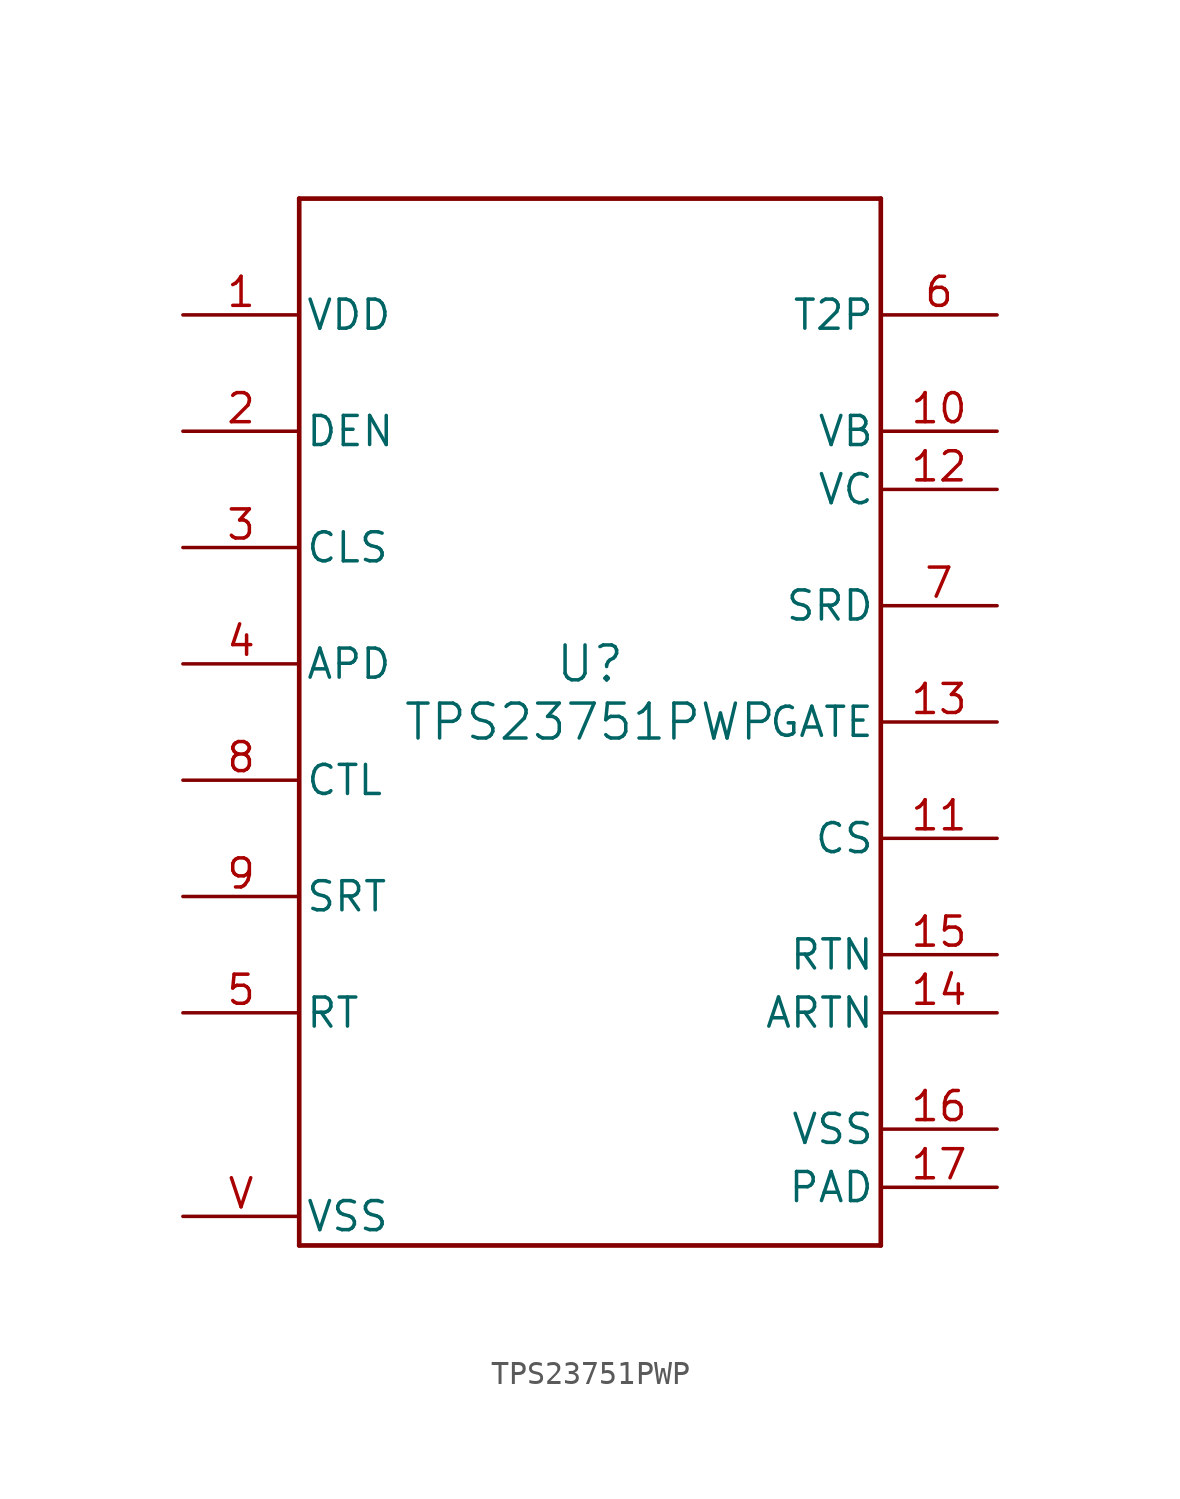
<source format=kicad_sym>
(kicad_symbol_lib
  (version 20231120)
  (generator "kicad_symbol_editor")
  (generator_version "8.0")
  (symbol "TPS23751PWP"
    (pin_names
      (offset 0.254))
    (property "Reference" "U"
      (at 0 2.54 0)
      (effects (font (size 1.524 1.524))))
    (property "Value" "TPS23751PWP"
      (at 0 0 0)
      (effects (font (size 1.524 1.524))))
    (property "ki_locked" ""
      (at 0 0 0)
      (effects (font (size 1.27 1.27))))
    (symbol "TPS23751PWP_0_1"
      (polyline (pts (xy -12.7 -22.86) (xy 12.7 -22.86)) (stroke (width 0.203) (type default)) (fill (type none)))
      (polyline (pts (xy -12.7 22.86) (xy -12.7 -22.86)) (stroke (width 0.203) (type default)) (fill (type none)))
      (polyline (pts (xy 12.7 -22.86) (xy 12.7 22.86)) (stroke (width 0.203) (type default)) (fill (type none)))
      (polyline (pts (xy 12.7 22.86) (xy -12.7 22.86)) (stroke (width 0.203) (type default)) (fill (type none)))
      (pin power_in line (at -17.78 17.78 0) (length 5.08) (name "VDD" (effects (font (size 1.27 1.27)))) (number "1" (effects (font (size 1.27 1.27)))))
      (pin output line (at 17.78 12.7 180) (length 5.08) (name "VB" (effects (font (size 1.27 1.27)))) (number "10" (effects (font (size 1.27 1.27)))))
      (pin bidirectional line (at 17.78 -5.08 180) (length 5.08) (name "CS" (effects (font (size 1.27 1.27)))) (number "11" (effects (font (size 1.27 1.27)))))
      (pin bidirectional line (at 17.78 10.16 180) (length 5.08) (name "VC" (effects (font (size 1.27 1.27)))) (number "12" (effects (font (size 1.27 1.27)))))
      (pin output line (at 17.78 0 180) (length 5.08) (name "GATE" (effects (font (size 1.27 1.27)))) (number "13" (effects (font (size 1.27 1.27)))))
      (pin power_in line (at 17.78 -12.7 180) (length 5.08) (name "ARTN" (effects (font (size 1.27 1.27)))) (number "14" (effects (font (size 1.27 1.27)))))
      (pin output line (at 17.78 -10.16 180) (length 5.08) (name "RTN" (effects (font (size 1.27 1.27)))) (number "15" (effects (font (size 1.27 1.27)))))
      (pin power_in line (at 17.78 -17.78 180) (length 5.08) (name "VSS" (effects (font (size 1.27 1.27)))) (number "16" (effects (font (size 1.27 1.27)))))
      (pin unspecified line (at 17.78 -20.32 180) (length 5.08) (name "PAD" (effects (font (size 1.27 1.27)))) (number "17" (effects (font (size 1.27 1.27)))))
      (pin bidirectional line (at -17.78 12.7 0) (length 5.08) (name "DEN" (effects (font (size 1.27 1.27)))) (number "2" (effects (font (size 1.27 1.27)))))
      (pin bidirectional line (at -17.78 7.62 0) (length 5.08) (name "CLS" (effects (font (size 1.27 1.27)))) (number "3" (effects (font (size 1.27 1.27)))))
      (pin input line (at -17.78 2.54 0) (length 5.08) (name "APD" (effects (font (size 1.27 1.27)))) (number "4" (effects (font (size 1.27 1.27)))))
      (pin input line (at -17.78 -12.7 0) (length 5.08) (name "RT" (effects (font (size 1.27 1.27)))) (number "5" (effects (font (size 1.27 1.27)))))
      (pin output line (at 17.78 17.78 180) (length 5.08) (name "T2P" (effects (font (size 1.27 1.27)))) (number "6" (effects (font (size 1.27 1.27)))))
      (pin output line (at 17.78 5.08 180) (length 5.08) (name "SRD" (effects (font (size 1.27 1.27)))) (number "7" (effects (font (size 1.27 1.27)))))
      (pin input line (at -17.78 -2.54 0) (length 5.08) (name "CTL" (effects (font (size 1.27 1.27)))) (number "8" (effects (font (size 1.27 1.27)))))
      (pin input line (at -17.78 -7.62 0) (length 5.08) (name "SRT" (effects (font (size 1.27 1.27)))) (number "9" (effects (font (size 1.27 1.27))))))
    (symbol "TPS23751PWP_1_1"
      (pin input line (at -17.78 -21.59 0) (length 5.08) (name "VSS" (effects (font (size 1.27 1.27)))) (number "V" (effects (font (size 1.27 1.27))))))))
</source>
